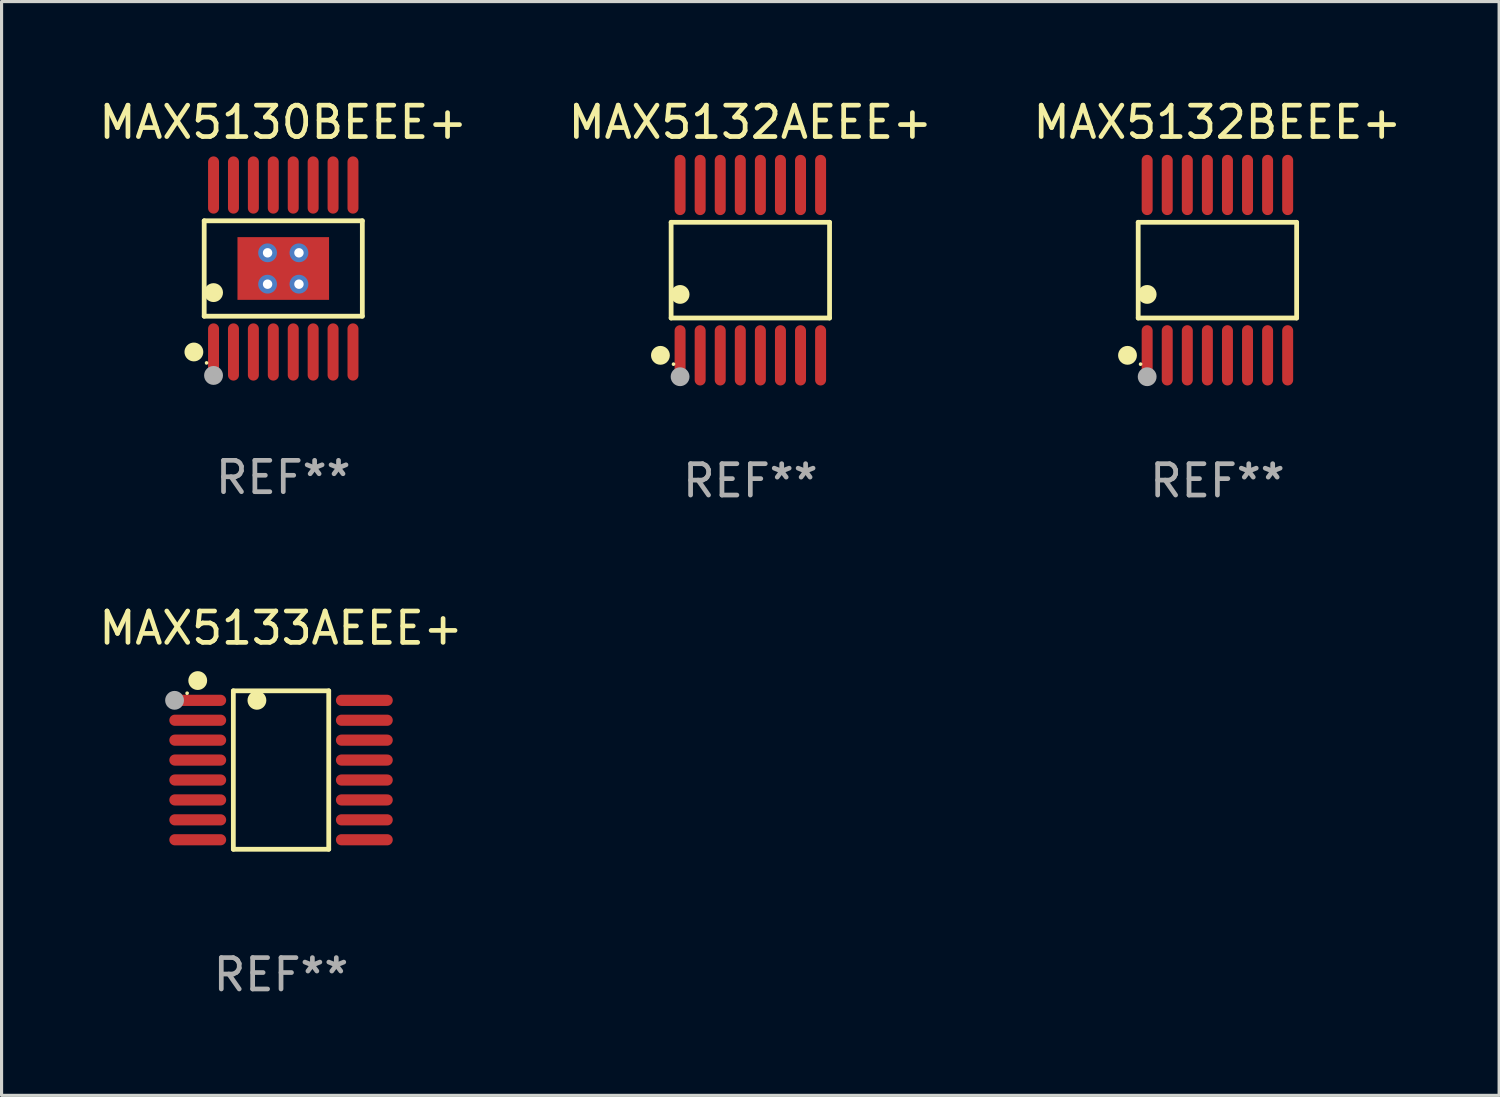
<source format=kicad_pcb>
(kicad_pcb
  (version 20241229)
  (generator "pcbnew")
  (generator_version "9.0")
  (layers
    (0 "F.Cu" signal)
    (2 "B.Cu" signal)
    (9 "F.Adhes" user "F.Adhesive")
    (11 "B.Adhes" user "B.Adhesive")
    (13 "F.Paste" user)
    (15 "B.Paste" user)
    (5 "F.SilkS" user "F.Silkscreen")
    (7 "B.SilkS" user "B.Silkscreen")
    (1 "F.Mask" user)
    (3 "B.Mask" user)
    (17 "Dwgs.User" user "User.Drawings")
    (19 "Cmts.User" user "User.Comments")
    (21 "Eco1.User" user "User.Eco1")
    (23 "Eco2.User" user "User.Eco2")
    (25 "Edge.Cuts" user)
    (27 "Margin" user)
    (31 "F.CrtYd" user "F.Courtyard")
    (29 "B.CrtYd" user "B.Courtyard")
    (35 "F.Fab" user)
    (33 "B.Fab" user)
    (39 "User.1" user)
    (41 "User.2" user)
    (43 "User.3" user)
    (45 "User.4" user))
  (footprint "MAX5132AEEE+"
    (layer "F.Cu")
    (at 20.875 5.564)
    (property "Reference" "MAX5132AEEE+" (at 0 -4.716 0) (layer "F.SilkS") (effects (font (size 1 1) (thickness 0.15))))
    (attr through_hole)
    (fp_line (start -2.526 -1.526) (end 2.526 -1.526) (stroke (width 0.152) (type solid)) (layer "F.SilkS"))
    (fp_line (start -2.526 1.526) (end -2.526 -1.526) (stroke (width 0.152) (type solid)) (layer "F.SilkS"))
    (fp_line (start 2.526 -1.526) (end 2.526 1.526) (stroke (width 0.152) (type solid)) (layer "F.SilkS"))
    (fp_line (start 2.526 1.526) (end -2.526 1.526) (stroke (width 0.152) (type solid)) (layer "F.SilkS"))
    (fp_circle (center -2.867 2.716) (end -2.717 2.716) (stroke (width 0.3) (type solid)) (fill no) (layer "F.SilkS"))
    (fp_circle (center -2.45 2.997) (end -2.42 2.997) (stroke (width 0.06) (type solid)) (fill no) (layer "F.SilkS"))
    (fp_circle (center -2.24 0.774) (end -2.09 0.774) (stroke (width 0.3) (type solid)) (fill no) (layer "F.SilkS"))
    (fp_circle (center -2.24 3.398) (end -2.09 3.398) (stroke (width 0.3) (type solid)) (fill no) (layer "F.Fab"))
    (fp_text user "REF**" (at 0 6.716 0) (layer "F.Fab") (effects (font (size 1 1) (thickness 0.15))))
    (pad "1" smd oval (at -2.24 2.716) (size 0.35 1.922) (layers "F.Cu" "F.Mask" "F.Paste"))
    (pad "2" smd oval (at -1.6 2.716) (size 0.35 1.922) (layers "F.Cu" "F.Mask" "F.Paste"))
    (pad "3" smd oval (at -0.96 2.716) (size 0.35 1.922) (layers "F.Cu" "F.Mask" "F.Paste"))
    (pad "4" smd oval (at -0.32 2.716) (size 0.35 1.922) (layers "F.Cu" "F.Mask" "F.Paste"))
    (pad "5" smd oval (at 0.32 2.716) (size 0.35 1.922) (layers "F.Cu" "F.Mask" "F.Paste"))
    (pad "6" smd oval (at 0.96 2.716) (size 0.35 1.922) (layers "F.Cu" "F.Mask" "F.Paste"))
    (pad "7" smd oval (at 1.6 2.716) (size 0.35 1.922) (layers "F.Cu" "F.Mask" "F.Paste"))
    (pad "8" smd oval (at 2.24 2.716) (size 0.35 1.922) (layers "F.Cu" "F.Mask" "F.Paste"))
    (pad "9" smd oval (at 2.24 -2.716) (size 0.35 1.922) (layers "F.Cu" "F.Mask" "F.Paste"))
    (pad "10" smd oval (at 1.6 -2.716) (size 0.35 1.922) (layers "F.Cu" "F.Mask" "F.Paste"))
    (pad "11" smd oval (at 0.96 -2.716) (size 0.35 1.922) (layers "F.Cu" "F.Mask" "F.Paste"))
    (pad "12" smd oval (at 0.32 -2.716) (size 0.35 1.922) (layers "F.Cu" "F.Mask" "F.Paste"))
    (pad "13" smd oval (at -0.32 -2.716) (size 0.35 1.922) (layers "F.Cu" "F.Mask" "F.Paste"))
    (pad "14" smd oval (at -0.96 -2.716) (size 0.35 1.922) (layers "F.Cu" "F.Mask" "F.Paste"))
    (pad "15" smd oval (at -1.6 -2.716) (size 0.35 1.922) (layers "F.Cu" "F.Mask" "F.Paste"))
    (pad "16" smd oval (at -2.24 -2.716) (size 0.35 1.922) (layers "F.Cu" "F.Mask" "F.Paste")))
  (footprint "MAX5132BEEE+"
    (layer "F.Cu")
    (at 35.768 5.564)
    (property "Reference" "MAX5132BEEE+" (at 0 -4.716 0) (layer "F.SilkS") (effects (font (size 1 1) (thickness 0.15))))
    (attr through_hole)
    (fp_line (start -2.526 -1.526) (end 2.526 -1.526) (stroke (width 0.152) (type solid)) (layer "F.SilkS"))
    (fp_line (start -2.526 1.526) (end -2.526 -1.526) (stroke (width 0.152) (type solid)) (layer "F.SilkS"))
    (fp_line (start 2.526 -1.526) (end 2.526 1.526) (stroke (width 0.152) (type solid)) (layer "F.SilkS"))
    (fp_line (start 2.526 1.526) (end -2.526 1.526) (stroke (width 0.152) (type solid)) (layer "F.SilkS"))
    (fp_circle (center -2.867 2.716) (end -2.717 2.716) (stroke (width 0.3) (type solid)) (fill no) (layer "F.SilkS"))
    (fp_circle (center -2.45 2.997) (end -2.42 2.997) (stroke (width 0.06) (type solid)) (fill no) (layer "F.SilkS"))
    (fp_circle (center -2.24 0.774) (end -2.09 0.774) (stroke (width 0.3) (type solid)) (fill no) (layer "F.SilkS"))
    (fp_circle (center -2.24 3.398) (end -2.09 3.398) (stroke (width 0.3) (type solid)) (fill no) (layer "F.Fab"))
    (fp_text user "REF**" (at 0 6.716 0) (layer "F.Fab") (effects (font (size 1 1) (thickness 0.15))))
    (pad "1" smd oval (at -2.24 2.716) (size 0.35 1.922) (layers "F.Cu" "F.Mask" "F.Paste"))
    (pad "2" smd oval (at -1.6 2.716) (size 0.35 1.922) (layers "F.Cu" "F.Mask" "F.Paste"))
    (pad "3" smd oval (at -0.96 2.716) (size 0.35 1.922) (layers "F.Cu" "F.Mask" "F.Paste"))
    (pad "4" smd oval (at -0.32 2.716) (size 0.35 1.922) (layers "F.Cu" "F.Mask" "F.Paste"))
    (pad "5" smd oval (at 0.32 2.716) (size 0.35 1.922) (layers "F.Cu" "F.Mask" "F.Paste"))
    (pad "6" smd oval (at 0.96 2.716) (size 0.35 1.922) (layers "F.Cu" "F.Mask" "F.Paste"))
    (pad "7" smd oval (at 1.6 2.716) (size 0.35 1.922) (layers "F.Cu" "F.Mask" "F.Paste"))
    (pad "8" smd oval (at 2.24 2.716) (size 0.35 1.922) (layers "F.Cu" "F.Mask" "F.Paste"))
    (pad "9" smd oval (at 2.24 -2.716) (size 0.35 1.922) (layers "F.Cu" "F.Mask" "F.Paste"))
    (pad "10" smd oval (at 1.6 -2.716) (size 0.35 1.922) (layers "F.Cu" "F.Mask" "F.Paste"))
    (pad "11" smd oval (at 0.96 -2.716) (size 0.35 1.922) (layers "F.Cu" "F.Mask" "F.Paste"))
    (pad "12" smd oval (at 0.32 -2.716) (size 0.35 1.922) (layers "F.Cu" "F.Mask" "F.Paste"))
    (pad "13" smd oval (at -0.32 -2.716) (size 0.35 1.922) (layers "F.Cu" "F.Mask" "F.Paste"))
    (pad "14" smd oval (at -0.96 -2.716) (size 0.35 1.922) (layers "F.Cu" "F.Mask" "F.Paste"))
    (pad "15" smd oval (at -1.6 -2.716) (size 0.35 1.922) (layers "F.Cu" "F.Mask" "F.Paste"))
    (pad "16" smd oval (at -2.24 -2.716) (size 0.35 1.922) (layers "F.Cu" "F.Mask" "F.Paste")))
  (footprint "MAX5133AEEE+"
    (layer "F.Cu")
    (at 5.911 21.503)
    (property "Reference" "MAX5133AEEE+" (at 0 -4.526 0) (layer "F.SilkS") (effects (font (size 1 1) (thickness 0.15))))
    (attr through_hole)
    (fp_line (start -1.521 -2.526) (end 1.521 -2.526) (stroke (width 0.152) (type solid)) (layer "F.SilkS"))
    (fp_line (start -1.521 2.526) (end -1.521 -2.526) (stroke (width 0.152) (type solid)) (layer "F.SilkS"))
    (fp_line (start 1.521 -2.526) (end 1.521 2.526) (stroke (width 0.152) (type solid)) (layer "F.SilkS"))
    (fp_line (start 1.521 2.526) (end -1.521 2.526) (stroke (width 0.152) (type solid)) (layer "F.SilkS"))
    (fp_circle (center -2.995 -2.45) (end -2.965 -2.45) (stroke (width 0.06) (type solid)) (fill no) (layer "F.SilkS"))
    (fp_circle (center -2.656 -2.853) (end -2.506 -2.853) (stroke (width 0.3) (type solid)) (fill no) (layer "F.SilkS"))
    (fp_circle (center -0.769 -2.223) (end -0.619 -2.223) (stroke (width 0.3) (type solid)) (fill no) (layer "F.SilkS"))
    (fp_circle (center -3.395 -2.223) (end -3.245 -2.223) (stroke (width 0.3) (type solid)) (fill no) (layer "F.Fab"))
    (fp_text user "REF**" (at 0 6.526 0) (layer "F.Fab") (effects (font (size 1 1) (thickness 0.15))))
    (pad "1" smd oval (at -2.656 -2.223 270) (size 0.356 1.813) (layers "F.Cu" "F.Mask" "F.Paste"))
    (pad "2" smd oval (at -2.656 -1.588 270) (size 0.356 1.813) (layers "F.Cu" "F.Mask" "F.Paste"))
    (pad "3" smd oval (at -2.656 -0.953 270) (size 0.356 1.813) (layers "F.Cu" "F.Mask" "F.Paste"))
    (pad "4" smd oval (at -2.656 -0.318 270) (size 0.356 1.813) (layers "F.Cu" "F.Mask" "F.Paste"))
    (pad "5" smd oval (at -2.656 0.318 270) (size 0.356 1.813) (layers "F.Cu" "F.Mask" "F.Paste"))
    (pad "6" smd oval (at -2.656 0.953 270) (size 0.356 1.813) (layers "F.Cu" "F.Mask" "F.Paste"))
    (pad "7" smd oval (at -2.656 1.588 270) (size 0.356 1.813) (layers "F.Cu" "F.Mask" "F.Paste"))
    (pad "8" smd oval (at -2.656 2.223 270) (size 0.356 1.813) (layers "F.Cu" "F.Mask" "F.Paste"))
    (pad "9" smd oval (at 2.656 2.223 270) (size 0.356 1.813) (layers "F.Cu" "F.Mask" "F.Paste"))
    (pad "10" smd oval (at 2.656 1.588 270) (size 0.356 1.813) (layers "F.Cu" "F.Mask" "F.Paste"))
    (pad "11" smd oval (at 2.656 0.953 270) (size 0.356 1.813) (layers "F.Cu" "F.Mask" "F.Paste"))
    (pad "12" smd oval (at 2.656 0.318 270) (size 0.356 1.813) (layers "F.Cu" "F.Mask" "F.Paste"))
    (pad "13" smd oval (at 2.656 -0.318 270) (size 0.356 1.813) (layers "F.Cu" "F.Mask" "F.Paste"))
    (pad "14" smd oval (at 2.656 -0.953 270) (size 0.356 1.813) (layers "F.Cu" "F.Mask" "F.Paste"))
    (pad "15" smd oval (at 2.656 -1.588 270) (size 0.356 1.813) (layers "F.Cu" "F.Mask" "F.Paste"))
    (pad "16" smd oval (at 2.656 -2.223 270) (size 0.356 1.813) (layers "F.Cu" "F.Mask" "F.Paste")))
  (footprint "MAX5130BEEE+"
    (layer "F.Cu")
    (at 5.982 5.511)
    (property "Reference" "MAX5130BEEE+" (at 0 -4.662 0) (layer "F.SilkS") (effects (font (size 1 1) (thickness 0.15))))
    (attr through_hole)
    (fp_line (start -2.521 -1.521) (end 2.521 -1.521) (stroke (width 0.152) (type solid)) (layer "F.SilkS"))
    (fp_line (start -2.521 1.521) (end -2.521 -1.521) (stroke (width 0.152) (type solid)) (layer "F.SilkS"))
    (fp_line (start 2.521 -1.521) (end 2.521 1.521) (stroke (width 0.152) (type solid)) (layer "F.SilkS"))
    (fp_line (start 2.521 1.521) (end -2.521 1.521) (stroke (width 0.152) (type solid)) (layer "F.SilkS"))
    (fp_circle (center -2.85 2.662) (end -2.7 2.662) (stroke (width 0.3) (type solid)) (fill no) (layer "F.SilkS"))
    (fp_circle (center -2.445 3.01) (end -2.415 3.01) (stroke (width 0.06) (type solid)) (fill no) (layer "F.SilkS"))
    (fp_circle (center -2.223 0.769) (end -2.072 0.769) (stroke (width 0.3) (type solid)) (fill no) (layer "F.SilkS"))
    (fp_circle (center -2.223 3.41) (end -2.072 3.41) (stroke (width 0.3) (type solid)) (fill no) (layer "F.Fab"))
    (fp_text user "REF**" (at 0 6.662 0) (layer "F.Fab") (effects (font (size 1 1) (thickness 0.15))))
    (pad "1" smd oval (at -2.223 2.662) (size 0.35 1.825) (layers "F.Cu" "F.Mask" "F.Paste"))
    (pad "2" smd oval (at -1.588 2.662) (size 0.35 1.825) (layers "F.Cu" "F.Mask" "F.Paste"))
    (pad "3" smd oval (at -0.953 2.662) (size 0.35 1.825) (layers "F.Cu" "F.Mask" "F.Paste"))
    (pad "4" smd oval (at -0.318 2.662) (size 0.35 1.825) (layers "F.Cu" "F.Mask" "F.Paste"))
    (pad "5" smd oval (at 0.318 2.662) (size 0.35 1.825) (layers "F.Cu" "F.Mask" "F.Paste"))
    (pad "6" smd oval (at 0.953 2.662) (size 0.35 1.825) (layers "F.Cu" "F.Mask" "F.Paste"))
    (pad "7" smd oval (at 1.588 2.662) (size 0.35 1.825) (layers "F.Cu" "F.Mask" "F.Paste"))
    (pad "8" smd oval (at 2.223 2.662) (size 0.35 1.825) (layers "F.Cu" "F.Mask" "F.Paste"))
    (pad "9" smd oval (at 2.223 -2.662) (size 0.35 1.825) (layers "F.Cu" "F.Mask" "F.Paste"))
    (pad "10" smd oval (at 1.588 -2.662) (size 0.35 1.825) (layers "F.Cu" "F.Mask" "F.Paste"))
    (pad "11" smd oval (at 0.953 -2.662) (size 0.35 1.825) (layers "F.Cu" "F.Mask" "F.Paste"))
    (pad "12" smd oval (at 0.318 -2.662) (size 0.35 1.825) (layers "F.Cu" "F.Mask" "F.Paste"))
    (pad "13" smd oval (at -0.318 -2.662) (size 0.35 1.825) (layers "F.Cu" "F.Mask" "F.Paste"))
    (pad "14" smd oval (at -0.953 -2.662) (size 0.35 1.825) (layers "F.Cu" "F.Mask" "F.Paste"))
    (pad "15" smd oval (at -1.588 -2.662) (size 0.35 1.825) (layers "F.Cu" "F.Mask" "F.Paste"))
    (pad "16" smd oval (at -2.223 -2.662) (size 0.35 1.825) (layers "F.Cu" "F.Mask" "F.Paste"))
    (pad "17" thru_hole circle (at -0.5 -0.5) (size 0.6 0.6) (drill 0.3) (layers "*.Cu" "*.Mask"))
    (pad "17" thru_hole circle (at -0.5 0.5) (size 0.6 0.6) (drill 0.3) (layers "*.Cu" "*.Mask"))
    (pad "17" smd rect (at 0 0) (size 2.92 2) (layers "F.Cu" "F.Mask" "F.Paste"))
    (pad "17" thru_hole circle (at 0.5 -0.5) (size 0.6 0.6) (drill 0.3) (layers "*.Cu" "*.Mask"))
    (pad "17" thru_hole circle (at 0.5 0.5) (size 0.6 0.6) (drill 0.3) (layers "*.Cu" "*.Mask")))
  (gr_rect
    (start -3 -3)
    (end 44.75 31.877)
    (stroke (width 0.1) (type default))
    (fill no)
    (layer "Edge.Cuts")))
</source>
